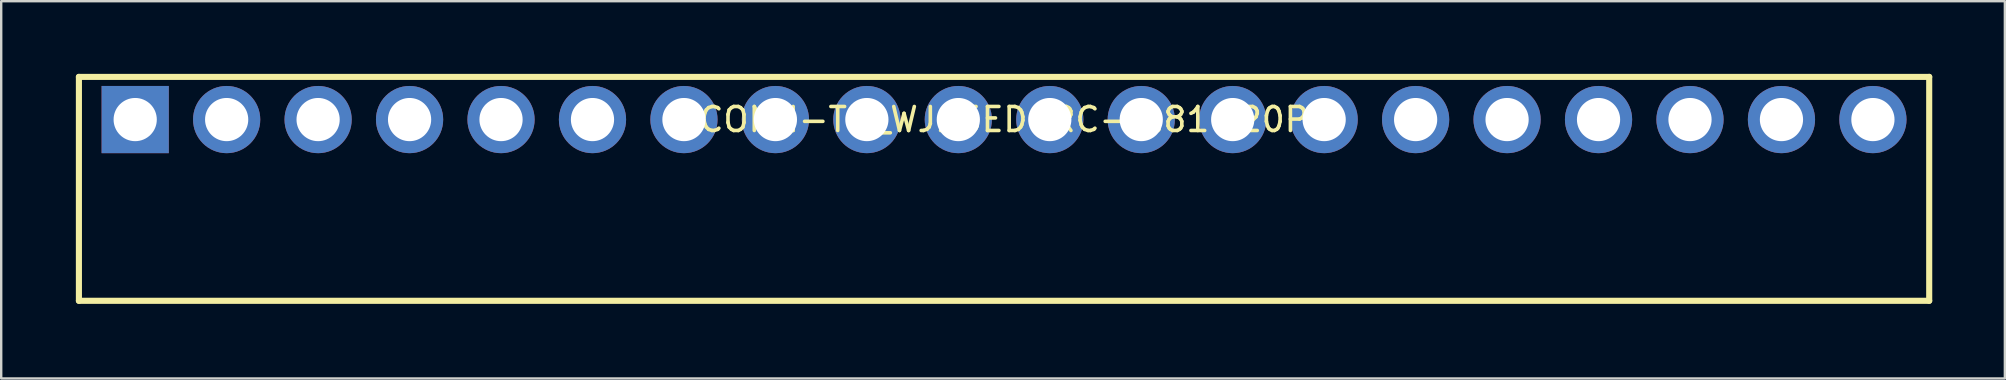
<source format=kicad_pcb>
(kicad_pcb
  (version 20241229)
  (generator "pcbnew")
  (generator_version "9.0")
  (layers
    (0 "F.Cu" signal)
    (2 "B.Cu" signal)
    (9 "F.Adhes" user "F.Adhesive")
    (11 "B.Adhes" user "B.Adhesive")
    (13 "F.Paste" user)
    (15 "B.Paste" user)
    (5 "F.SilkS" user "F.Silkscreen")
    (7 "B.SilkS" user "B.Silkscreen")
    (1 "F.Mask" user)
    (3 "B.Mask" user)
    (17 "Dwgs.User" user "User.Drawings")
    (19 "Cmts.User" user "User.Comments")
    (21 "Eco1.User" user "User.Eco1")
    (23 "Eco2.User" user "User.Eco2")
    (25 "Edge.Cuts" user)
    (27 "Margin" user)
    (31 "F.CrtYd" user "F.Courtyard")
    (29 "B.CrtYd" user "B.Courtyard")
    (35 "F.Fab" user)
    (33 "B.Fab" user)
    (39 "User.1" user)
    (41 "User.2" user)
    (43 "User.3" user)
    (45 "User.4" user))
  (footprint "CONN-TH_WJ15EDGRC-3.81-20P"
    (layer "F.Cu")
    (at 38.777 1.931)
    (property "Reference" "CONN-TH_WJ15EDGRC-3.81-20P" (at 0 0 0) (unlocked yes) (layer "F.SilkS") (effects (font (size 1 1) (thickness 0.15))))
    (fp_line (start -38.54 -1.778) (end -38.54 7.55) (stroke (width 0.254) (type default)) (layer "F.SilkS"))
    (fp_line (start -38.54 -1.778) (end 38.54 -1.778) (stroke (width 0.254) (type default)) (layer "F.SilkS"))
    (fp_line (start -38.54 7.55) (end 38.54 7.55) (stroke (width 0.254) (type default)) (layer "F.SilkS"))
    (fp_line (start 38.54 -1.778) (end 38.54 7.55) (stroke (width 0.254) (type default)) (layer "F.SilkS"))
    (fp_poly (pts (xy -35.395 0) (xy -35.415 -0.178) (xy -35.474 -0.347) (xy -35.57 -0.499) (xy -35.696 -0.625) (xy -35.848 -0.721) (xy -36.017 -0.78) (xy -36.195 -0.8) (xy -36.373 -0.78) (xy -36.542 -0.721) (xy -36.694 -0.625) (xy -36.82 -0.499) (xy -36.916 -0.347) (xy -36.975 -0.178) (xy -36.995 0) (xy -36.975 0.178) (xy -36.916 0.347) (xy -36.82 0.499) (xy -36.694 0.625) (xy -36.542 0.721) (xy -36.373 0.78) (xy -36.195 0.8) (xy -36.017 0.78) (xy -35.848 0.721) (xy -35.696 0.625) (xy -35.57 0.499) (xy -35.474 0.347) (xy -35.415 0.178)) (stroke (width 0.1) (type default)) (fill no) (layer "User.1"))
    (fp_poly (pts (xy -31.585 0) (xy -31.605 -0.178) (xy -31.664 -0.347) (xy -31.76 -0.499) (xy -31.886 -0.625) (xy -32.038 -0.721) (xy -32.207 -0.78) (xy -32.385 -0.8) (xy -32.563 -0.78) (xy -32.732 -0.721) (xy -32.884 -0.625) (xy -33.01 -0.499) (xy -33.106 -0.347) (xy -33.165 -0.178) (xy -33.185 0) (xy -33.165 0.178) (xy -33.106 0.347) (xy -33.01 0.499) (xy -32.884 0.625) (xy -32.732 0.721) (xy -32.563 0.78) (xy -32.385 0.8) (xy -32.207 0.78) (xy -32.038 0.721) (xy -31.886 0.625) (xy -31.76 0.499) (xy -31.664 0.347) (xy -31.605 0.178)) (stroke (width 0.1) (type default)) (fill no) (layer "User.1"))
    (fp_poly (pts (xy -27.775 0) (xy -27.795 -0.178) (xy -27.854 -0.347) (xy -27.95 -0.499) (xy -28.076 -0.625) (xy -28.228 -0.721) (xy -28.397 -0.78) (xy -28.575 -0.8) (xy -28.753 -0.78) (xy -28.922 -0.721) (xy -29.074 -0.625) (xy -29.2 -0.499) (xy -29.296 -0.347) (xy -29.355 -0.178) (xy -29.375 0) (xy -29.355 0.178) (xy -29.296 0.347) (xy -29.2 0.499) (xy -29.074 0.625) (xy -28.922 0.721) (xy -28.753 0.78) (xy -28.575 0.8) (xy -28.397 0.78) (xy -28.228 0.721) (xy -28.076 0.625) (xy -27.95 0.499) (xy -27.854 0.347) (xy -27.795 0.178)) (stroke (width 0.1) (type default)) (fill no) (layer "User.1"))
    (fp_poly (pts (xy -23.965 0) (xy -23.985 -0.178) (xy -24.044 -0.347) (xy -24.14 -0.499) (xy -24.266 -0.625) (xy -24.418 -0.721) (xy -24.587 -0.78) (xy -24.765 -0.8) (xy -24.943 -0.78) (xy -25.112 -0.721) (xy -25.264 -0.625) (xy -25.39 -0.499) (xy -25.486 -0.347) (xy -25.545 -0.178) (xy -25.565 0) (xy -25.545 0.178) (xy -25.486 0.347) (xy -25.39 0.499) (xy -25.264 0.625) (xy -25.112 0.721) (xy -24.943 0.78) (xy -24.765 0.8) (xy -24.587 0.78) (xy -24.418 0.721) (xy -24.266 0.625) (xy -24.14 0.499) (xy -24.044 0.347) (xy -23.985 0.178)) (stroke (width 0.1) (type default)) (fill no) (layer "User.1"))
    (fp_poly (pts (xy -20.155 0) (xy -20.175 -0.178) (xy -20.234 -0.347) (xy -20.33 -0.499) (xy -20.456 -0.625) (xy -20.608 -0.721) (xy -20.777 -0.78) (xy -20.955 -0.8) (xy -21.133 -0.78) (xy -21.302 -0.721) (xy -21.454 -0.625) (xy -21.58 -0.499) (xy -21.676 -0.347) (xy -21.735 -0.178) (xy -21.755 0) (xy -21.735 0.178) (xy -21.676 0.347) (xy -21.58 0.499) (xy -21.454 0.625) (xy -21.302 0.721) (xy -21.133 0.78) (xy -20.955 0.8) (xy -20.777 0.78) (xy -20.608 0.721) (xy -20.456 0.625) (xy -20.33 0.499) (xy -20.234 0.347) (xy -20.175 0.178)) (stroke (width 0.1) (type default)) (fill no) (layer "User.1"))
    (fp_poly (pts (xy -16.345 0) (xy -16.365 -0.178) (xy -16.424 -0.347) (xy -16.52 -0.499) (xy -16.646 -0.625) (xy -16.798 -0.721) (xy -16.967 -0.78) (xy -17.145 -0.8) (xy -17.323 -0.78) (xy -17.492 -0.721) (xy -17.644 -0.625) (xy -17.77 -0.499) (xy -17.866 -0.347) (xy -17.925 -0.178) (xy -17.945 0) (xy -17.925 0.178) (xy -17.866 0.347) (xy -17.77 0.499) (xy -17.644 0.625) (xy -17.492 0.721) (xy -17.323 0.78) (xy -17.145 0.8) (xy -16.967 0.78) (xy -16.798 0.721) (xy -16.646 0.625) (xy -16.52 0.499) (xy -16.424 0.347) (xy -16.365 0.178)) (stroke (width 0.1) (type default)) (fill no) (layer "User.1"))
    (fp_poly (pts (xy -12.535 0) (xy -12.555 -0.178) (xy -12.614 -0.347) (xy -12.71 -0.499) (xy -12.836 -0.625) (xy -12.988 -0.721) (xy -13.157 -0.78) (xy -13.335 -0.8) (xy -13.513 -0.78) (xy -13.682 -0.721) (xy -13.834 -0.625) (xy -13.96 -0.499) (xy -14.056 -0.347) (xy -14.115 -0.178) (xy -14.135 0) (xy -14.115 0.178) (xy -14.056 0.347) (xy -13.96 0.499) (xy -13.834 0.625) (xy -13.682 0.721) (xy -13.513 0.78) (xy -13.335 0.8) (xy -13.157 0.78) (xy -12.988 0.721) (xy -12.836 0.625) (xy -12.71 0.499) (xy -12.614 0.347) (xy -12.555 0.178)) (stroke (width 0.1) (type default)) (fill no) (layer "User.1"))
    (fp_poly (pts (xy -8.725 0) (xy -8.745 -0.178) (xy -8.804 -0.347) (xy -8.9 -0.499) (xy -9.026 -0.625) (xy -9.178 -0.721) (xy -9.347 -0.78) (xy -9.525 -0.8) (xy -9.703 -0.78) (xy -9.872 -0.721) (xy -10.024 -0.625) (xy -10.15 -0.499) (xy -10.246 -0.347) (xy -10.305 -0.178) (xy -10.325 0) (xy -10.305 0.178) (xy -10.246 0.347) (xy -10.15 0.499) (xy -10.024 0.625) (xy -9.872 0.721) (xy -9.703 0.78) (xy -9.525 0.8) (xy -9.347 0.78) (xy -9.178 0.721) (xy -9.026 0.625) (xy -8.9 0.499) (xy -8.804 0.347) (xy -8.745 0.178)) (stroke (width 0.1) (type default)) (fill no) (layer "User.1"))
    (fp_poly (pts (xy -4.915 0) (xy -4.935 -0.178) (xy -4.994 -0.347) (xy -5.09 -0.499) (xy -5.216 -0.625) (xy -5.368 -0.721) (xy -5.537 -0.78) (xy -5.715 -0.8) (xy -5.893 -0.78) (xy -6.062 -0.721) (xy -6.214 -0.625) (xy -6.34 -0.499) (xy -6.436 -0.347) (xy -6.495 -0.178) (xy -6.515 0) (xy -6.495 0.178) (xy -6.436 0.347) (xy -6.34 0.499) (xy -6.214 0.625) (xy -6.062 0.721) (xy -5.893 0.78) (xy -5.715 0.8) (xy -5.537 0.78) (xy -5.368 0.721) (xy -5.216 0.625) (xy -5.09 0.499) (xy -4.994 0.347) (xy -4.935 0.178)) (stroke (width 0.1) (type default)) (fill no) (layer "User.1"))
    (fp_poly (pts (xy -1.105 0) (xy -1.125 -0.178) (xy -1.184 -0.347) (xy -1.28 -0.499) (xy -1.406 -0.625) (xy -1.558 -0.721) (xy -1.727 -0.78) (xy -1.905 -0.8) (xy -2.083 -0.78) (xy -2.252 -0.721) (xy -2.404 -0.625) (xy -2.53 -0.499) (xy -2.626 -0.347) (xy -2.685 -0.178) (xy -2.705 0) (xy -2.685 0.178) (xy -2.626 0.347) (xy -2.53 0.499) (xy -2.404 0.625) (xy -2.252 0.721) (xy -2.083 0.78) (xy -1.905 0.8) (xy -1.727 0.78) (xy -1.558 0.721) (xy -1.406 0.625) (xy -1.28 0.499) (xy -1.184 0.347) (xy -1.125 0.178)) (stroke (width 0.1) (type default)) (fill no) (layer "User.1"))
    (fp_poly (pts (xy 2.705 0) (xy 2.685 -0.178) (xy 2.626 -0.347) (xy 2.53 -0.499) (xy 2.404 -0.625) (xy 2.252 -0.721) (xy 2.083 -0.78) (xy 1.905 -0.8) (xy 1.727 -0.78) (xy 1.558 -0.721) (xy 1.406 -0.625) (xy 1.28 -0.499) (xy 1.184 -0.347) (xy 1.125 -0.178) (xy 1.105 0) (xy 1.125 0.178) (xy 1.184 0.347) (xy 1.28 0.499) (xy 1.406 0.625) (xy 1.558 0.721) (xy 1.727 0.78) (xy 1.905 0.8) (xy 2.083 0.78) (xy 2.252 0.721) (xy 2.404 0.625) (xy 2.53 0.499) (xy 2.626 0.347) (xy 2.685 0.178)) (stroke (width 0.1) (type default)) (fill no) (layer "User.1"))
    (fp_poly (pts (xy 6.515 0) (xy 6.495 -0.178) (xy 6.436 -0.347) (xy 6.34 -0.499) (xy 6.214 -0.625) (xy 6.062 -0.721) (xy 5.893 -0.78) (xy 5.715 -0.8) (xy 5.537 -0.78) (xy 5.368 -0.721) (xy 5.216 -0.625) (xy 5.09 -0.499) (xy 4.994 -0.347) (xy 4.935 -0.178) (xy 4.915 0) (xy 4.935 0.178) (xy 4.994 0.347) (xy 5.09 0.499) (xy 5.216 0.625) (xy 5.368 0.721) (xy 5.537 0.78) (xy 5.715 0.8) (xy 5.893 0.78) (xy 6.062 0.721) (xy 6.214 0.625) (xy 6.34 0.499) (xy 6.436 0.347) (xy 6.495 0.178)) (stroke (width 0.1) (type default)) (fill no) (layer "User.1"))
    (fp_poly (pts (xy 10.325 0) (xy 10.305 -0.178) (xy 10.246 -0.347) (xy 10.15 -0.499) (xy 10.024 -0.625) (xy 9.872 -0.721) (xy 9.703 -0.78) (xy 9.525 -0.8) (xy 9.347 -0.78) (xy 9.178 -0.721) (xy 9.026 -0.625) (xy 8.9 -0.499) (xy 8.804 -0.347) (xy 8.745 -0.178) (xy 8.725 0) (xy 8.745 0.178) (xy 8.804 0.347) (xy 8.9 0.499) (xy 9.026 0.625) (xy 9.178 0.721) (xy 9.347 0.78) (xy 9.525 0.8) (xy 9.703 0.78) (xy 9.872 0.721) (xy 10.024 0.625) (xy 10.15 0.499) (xy 10.246 0.347) (xy 10.305 0.178)) (stroke (width 0.1) (type default)) (fill no) (layer "User.1"))
    (fp_poly (pts (xy 14.135 0) (xy 14.115 -0.178) (xy 14.056 -0.347) (xy 13.96 -0.499) (xy 13.834 -0.625) (xy 13.682 -0.721) (xy 13.513 -0.78) (xy 13.335 -0.8) (xy 13.157 -0.78) (xy 12.988 -0.721) (xy 12.836 -0.625) (xy 12.71 -0.499) (xy 12.614 -0.347) (xy 12.555 -0.178) (xy 12.535 0) (xy 12.555 0.178) (xy 12.614 0.347) (xy 12.71 0.499) (xy 12.836 0.625) (xy 12.988 0.721) (xy 13.157 0.78) (xy 13.335 0.8) (xy 13.513 0.78) (xy 13.682 0.721) (xy 13.834 0.625) (xy 13.96 0.499) (xy 14.056 0.347) (xy 14.115 0.178)) (stroke (width 0.1) (type default)) (fill no) (layer "User.1"))
    (fp_poly (pts (xy 17.945 0) (xy 17.925 -0.178) (xy 17.866 -0.347) (xy 17.77 -0.499) (xy 17.644 -0.625) (xy 17.492 -0.721) (xy 17.323 -0.78) (xy 17.145 -0.8) (xy 16.967 -0.78) (xy 16.798 -0.721) (xy 16.646 -0.625) (xy 16.52 -0.499) (xy 16.424 -0.347) (xy 16.365 -0.178) (xy 16.345 0) (xy 16.365 0.178) (xy 16.424 0.347) (xy 16.52 0.499) (xy 16.646 0.625) (xy 16.798 0.721) (xy 16.967 0.78) (xy 17.145 0.8) (xy 17.323 0.78) (xy 17.492 0.721) (xy 17.644 0.625) (xy 17.77 0.499) (xy 17.866 0.347) (xy 17.925 0.178)) (stroke (width 0.1) (type default)) (fill no) (layer "User.1"))
    (fp_poly (pts (xy 21.755 0) (xy 21.735 -0.178) (xy 21.676 -0.347) (xy 21.58 -0.499) (xy 21.454 -0.625) (xy 21.302 -0.721) (xy 21.133 -0.78) (xy 20.955 -0.8) (xy 20.777 -0.78) (xy 20.608 -0.721) (xy 20.456 -0.625) (xy 20.33 -0.499) (xy 20.234 -0.347) (xy 20.175 -0.178) (xy 20.155 0) (xy 20.175 0.178) (xy 20.234 0.347) (xy 20.33 0.499) (xy 20.456 0.625) (xy 20.608 0.721) (xy 20.777 0.78) (xy 20.955 0.8) (xy 21.133 0.78) (xy 21.302 0.721) (xy 21.454 0.625) (xy 21.58 0.499) (xy 21.676 0.347) (xy 21.735 0.178)) (stroke (width 0.1) (type default)) (fill no) (layer "User.1"))
    (fp_poly (pts (xy 25.565 0) (xy 25.545 -0.178) (xy 25.486 -0.347) (xy 25.39 -0.499) (xy 25.264 -0.625) (xy 25.112 -0.721) (xy 24.943 -0.78) (xy 24.765 -0.8) (xy 24.587 -0.78) (xy 24.418 -0.721) (xy 24.266 -0.625) (xy 24.14 -0.499) (xy 24.044 -0.347) (xy 23.985 -0.178) (xy 23.965 0) (xy 23.985 0.178) (xy 24.044 0.347) (xy 24.14 0.499) (xy 24.266 0.625) (xy 24.418 0.721) (xy 24.587 0.78) (xy 24.765 0.8) (xy 24.943 0.78) (xy 25.112 0.721) (xy 25.264 0.625) (xy 25.39 0.499) (xy 25.486 0.347) (xy 25.545 0.178)) (stroke (width 0.1) (type default)) (fill no) (layer "User.1"))
    (fp_poly (pts (xy 29.375 0) (xy 29.355 -0.178) (xy 29.296 -0.347) (xy 29.2 -0.499) (xy 29.074 -0.625) (xy 28.922 -0.721) (xy 28.753 -0.78) (xy 28.575 -0.8) (xy 28.397 -0.78) (xy 28.228 -0.721) (xy 28.076 -0.625) (xy 27.95 -0.499) (xy 27.854 -0.347) (xy 27.795 -0.178) (xy 27.775 0) (xy 27.795 0.178) (xy 27.854 0.347) (xy 27.95 0.499) (xy 28.076 0.625) (xy 28.228 0.721) (xy 28.397 0.78) (xy 28.575 0.8) (xy 28.753 0.78) (xy 28.922 0.721) (xy 29.074 0.625) (xy 29.2 0.499) (xy 29.296 0.347) (xy 29.355 0.178)) (stroke (width 0.1) (type default)) (fill no) (layer "User.1"))
    (fp_poly (pts (xy 33.185 0) (xy 33.165 -0.178) (xy 33.106 -0.347) (xy 33.01 -0.499) (xy 32.884 -0.625) (xy 32.732 -0.721) (xy 32.563 -0.78) (xy 32.385 -0.8) (xy 32.207 -0.78) (xy 32.038 -0.721) (xy 31.886 -0.625) (xy 31.76 -0.499) (xy 31.664 -0.347) (xy 31.605 -0.178) (xy 31.585 0) (xy 31.605 0.178) (xy 31.664 0.347) (xy 31.76 0.499) (xy 31.886 0.625) (xy 32.038 0.721) (xy 32.207 0.78) (xy 32.385 0.8) (xy 32.563 0.78) (xy 32.732 0.721) (xy 32.884 0.625) (xy 33.01 0.499) (xy 33.106 0.347) (xy 33.165 0.178)) (stroke (width 0.1) (type default)) (fill no) (layer "User.1"))
    (fp_poly (pts (xy 36.995 0) (xy 36.975 -0.178) (xy 36.916 -0.347) (xy 36.82 -0.499) (xy 36.694 -0.625) (xy 36.542 -0.721) (xy 36.373 -0.78) (xy 36.195 -0.8) (xy 36.017 -0.78) (xy 35.848 -0.721) (xy 35.696 -0.625) (xy 35.57 -0.499) (xy 35.474 -0.347) (xy 35.415 -0.178) (xy 35.395 0) (xy 35.415 0.178) (xy 35.474 0.347) (xy 35.57 0.499) (xy 35.696 0.625) (xy 35.848 0.721) (xy 36.017 0.78) (xy 36.195 0.8) (xy 36.373 0.78) (xy 36.542 0.721) (xy 36.694 0.625) (xy 36.82 0.499) (xy 36.916 0.347) (xy 36.975 0.178)) (stroke (width 0.1) (type default)) (fill no) (layer "User.1"))
    (fp_line (start -38.667 -1.905) (end 38.667 -1.905) (stroke (width 0.051) (type default)) (layer "User.2"))
    (fp_line (start -38.667 7.677) (end -38.667 -1.905) (stroke (width 0.051) (type default)) (layer "User.2"))
    (fp_line (start 38.667 -1.905) (end 38.667 7.677) (stroke (width 0.051) (type default)) (layer "User.2"))
    (fp_line (start 38.667 7.677) (end -38.667 7.677) (stroke (width 0.051) (type default)) (layer "User.2"))
    (fp_poly (pts (xy -38.607 7.677) (xy -38.625 7.635) (xy -38.667 7.617) (xy -38.709 7.635) (xy -38.727 7.677) (xy -38.709 7.719) (xy -38.667 7.737) (xy -38.625 7.719)) (stroke (width 0.1) (type default)) (fill no) (layer "User.3"))
    (pad "1" thru_hole rect (at -36.195 0) (size 2.8 2.8) (drill 1.8) (layers "*.Cu" "*.Mask"))
    (pad "2" thru_hole circle (at -32.385 0) (size 2.8 2.8) (drill 1.8) (layers "*.Cu" "*.Mask"))
    (pad "3" thru_hole circle (at -28.575 0) (size 2.8 2.8) (drill 1.8) (layers "*.Cu" "*.Mask"))
    (pad "4" thru_hole circle (at -24.765 0) (size 2.8 2.8) (drill 1.8) (layers "*.Cu" "*.Mask"))
    (pad "5" thru_hole circle (at -20.955 0) (size 2.8 2.8) (drill 1.8) (layers "*.Cu" "*.Mask"))
    (pad "6" thru_hole circle (at -17.145 0) (size 2.8 2.8) (drill 1.8) (layers "*.Cu" "*.Mask"))
    (pad "7" thru_hole circle (at -13.335 0) (size 2.8 2.8) (drill 1.8) (layers "*.Cu" "*.Mask"))
    (pad "8" thru_hole circle (at -9.525 0) (size 2.8 2.8) (drill 1.8) (layers "*.Cu" "*.Mask"))
    (pad "9" thru_hole circle (at -5.715 0) (size 2.8 2.8) (drill 1.8) (layers "*.Cu" "*.Mask"))
    (pad "10" thru_hole circle (at -1.905 0) (size 2.8 2.8) (drill 1.8) (layers "*.Cu" "*.Mask"))
    (pad "11" thru_hole circle (at 1.905 0) (size 2.8 2.8) (drill 1.8) (layers "*.Cu" "*.Mask"))
    (pad "12" thru_hole circle (at 5.715 0) (size 2.8 2.8) (drill 1.8) (layers "*.Cu" "*.Mask"))
    (pad "13" thru_hole circle (at 9.525 0) (size 2.8 2.8) (drill 1.8) (layers "*.Cu" "*.Mask"))
    (pad "14" thru_hole circle (at 13.335 0) (size 2.8 2.8) (drill 1.8) (layers "*.Cu" "*.Mask"))
    (pad "15" thru_hole circle (at 17.145 0) (size 2.8 2.8) (drill 1.8) (layers "*.Cu" "*.Mask"))
    (pad "16" thru_hole circle (at 20.955 0) (size 2.8 2.8) (drill 1.8) (layers "*.Cu" "*.Mask"))
    (pad "17" thru_hole circle (at 24.765 0) (size 2.8 2.8) (drill 1.8) (layers "*.Cu" "*.Mask"))
    (pad "18" thru_hole circle (at 28.575 0) (size 2.8 2.8) (drill 1.8) (layers "*.Cu" "*.Mask"))
    (pad "19" thru_hole circle (at 32.385 0) (size 2.8 2.8) (drill 1.8) (layers "*.Cu" "*.Mask"))
    (pad "20" thru_hole circle (at 36.195 0) (size 2.8 2.8) (drill 1.8) (layers "*.Cu" "*.Mask")))
  (gr_rect
    (start -3 -3)
    (end 80.469 12.717)
    (stroke (width 0.1) (type default))
    (fill no)
    (layer "Edge.Cuts")))
</source>
